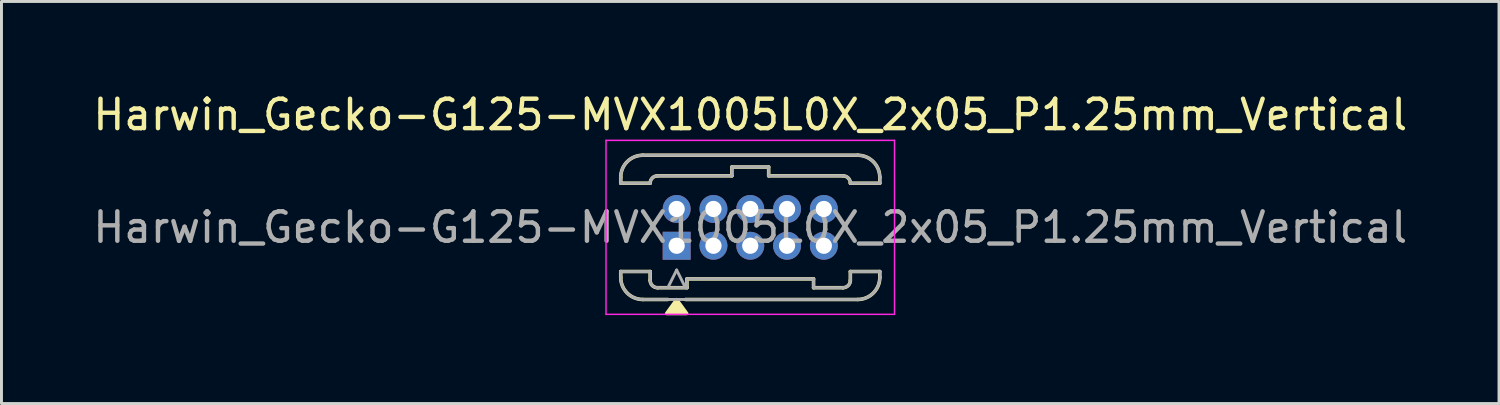
<source format=kicad_pcb>
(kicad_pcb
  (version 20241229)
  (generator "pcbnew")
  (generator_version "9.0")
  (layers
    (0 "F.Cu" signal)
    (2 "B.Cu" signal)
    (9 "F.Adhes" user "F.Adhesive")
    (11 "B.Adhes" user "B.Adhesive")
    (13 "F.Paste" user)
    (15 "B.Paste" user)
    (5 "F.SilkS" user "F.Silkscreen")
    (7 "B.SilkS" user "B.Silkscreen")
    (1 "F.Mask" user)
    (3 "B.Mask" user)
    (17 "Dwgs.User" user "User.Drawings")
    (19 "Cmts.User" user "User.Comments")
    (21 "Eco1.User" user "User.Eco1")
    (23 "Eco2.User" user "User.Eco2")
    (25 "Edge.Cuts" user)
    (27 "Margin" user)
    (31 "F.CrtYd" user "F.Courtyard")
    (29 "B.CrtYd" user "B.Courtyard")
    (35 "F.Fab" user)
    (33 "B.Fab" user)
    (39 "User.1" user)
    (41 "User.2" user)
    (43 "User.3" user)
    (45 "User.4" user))
  (footprint "Harwin_Gecko-G125-MVX1005L0X_2x05_P1.25mm_Vertical"
    (layer "F.Cu")
    (at 19.935 5.298)
    (property "Reference" "Harwin_Gecko-G125-MVX1005L0X_2x05_P1.25mm_Vertical" (at 2.5 -4.45 0) (layer "F.SilkS") (effects (font (size 1 1) (thickness 0.15))))
    (attr through_hole)
    (fp_line (start -1.9 -2.325) (end -1.9 -2.125) (stroke (width 0.12) (type solid)) (layer "F.SilkS"))
    (fp_line (start -1.9 -2.125) (end -0.9 -2.125) (stroke (width 0.12) (type solid)) (layer "F.SilkS"))
    (fp_line (start -1.9 0.875) (end -0.9 0.875) (stroke (width 0.12) (type solid)) (layer "F.SilkS"))
    (fp_line (start -1.9 1.075) (end -1.9 0.875) (stroke (width 0.12) (type solid)) (layer "F.SilkS"))
    (fp_line (start -1.15 -3.075) (end 6.15 -3.075) (stroke (width 0.12) (type solid)) (layer "F.SilkS"))
    (fp_line (start -1.15 1.825) (end -0.3 1.825) (stroke (width 0.12) (type solid)) (layer "F.SilkS"))
    (fp_line (start -0.9 1.175) (end -0.9 0.875) (stroke (width 0.12) (type solid)) (layer "F.SilkS"))
    (fp_line (start -0.65 -2.375) (end 1.875 -2.375) (stroke (width 0.12) (type solid)) (layer "F.SilkS"))
    (fp_line (start -0.65 1.425) (end 0.35 1.425) (stroke (width 0.12) (type solid)) (layer "F.SilkS"))
    (fp_line (start 0.3 1.825) (end 6.15 1.825) (stroke (width 0.12) (type solid)) (layer "F.SilkS"))
    (fp_line (start 0.35 1.125) (end 4.65 1.125) (stroke (width 0.12) (type solid)) (layer "F.SilkS"))
    (fp_line (start 0.35 1.425) (end 0.35 1.125) (stroke (width 0.12) (type solid)) (layer "F.SilkS"))
    (fp_line (start 1.875 -2.675) (end 3.125 -2.675) (stroke (width 0.12) (type solid)) (layer "F.SilkS"))
    (fp_line (start 1.875 -2.375) (end 1.875 -2.675) (stroke (width 0.12) (type solid)) (layer "F.SilkS"))
    (fp_line (start 3.125 -2.675) (end 3.125 -2.375) (stroke (width 0.12) (type solid)) (layer "F.SilkS"))
    (fp_line (start 3.125 -2.375) (end 5.65 -2.375) (stroke (width 0.12) (type solid)) (layer "F.SilkS"))
    (fp_line (start 4.65 1.125) (end 4.65 1.425) (stroke (width 0.12) (type solid)) (layer "F.SilkS"))
    (fp_line (start 4.65 1.425) (end 5.65 1.425) (stroke (width 0.12) (type solid)) (layer "F.SilkS"))
    (fp_line (start 5.9 1.175) (end 5.9 0.875) (stroke (width 0.12) (type solid)) (layer "F.SilkS"))
    (fp_line (start 6.9 -2.325) (end 6.9 -2.125) (stroke (width 0.12) (type solid)) (layer "F.SilkS"))
    (fp_line (start 6.9 -2.125) (end 5.9 -2.125) (stroke (width 0.12) (type solid)) (layer "F.SilkS"))
    (fp_line (start 6.9 0.875) (end 5.9 0.875) (stroke (width 0.12) (type solid)) (layer "F.SilkS"))
    (fp_line (start 6.9 1.075) (end 6.9 0.875) (stroke (width 0.12) (type solid)) (layer "F.SilkS"))
    (fp_arc (start -1.9 -2.325) (mid -1.68033 -2.85533) (end -1.15 -3.075) (stroke (width 0.12) (type solid)) (layer "F.SilkS"))
    (fp_arc (start -1.15 1.825) (mid -1.68033 1.60533) (end -1.9 1.075) (stroke (width 0.12) (type solid)) (layer "F.SilkS"))
    (fp_arc (start -0.9 -2.125) (mid -0.826777 -2.301777) (end -0.65 -2.375) (stroke (width 0.12) (type solid)) (layer "F.SilkS"))
    (fp_arc (start -0.65 1.425) (mid -0.826777 1.351777) (end -0.9 1.175) (stroke (width 0.12) (type solid)) (layer "F.SilkS"))
    (fp_arc (start 5.65 -2.375) (mid 5.826777 -2.301777) (end 5.9 -2.125) (stroke (width 0.12) (type solid)) (layer "F.SilkS"))
    (fp_arc (start 5.9 1.175) (mid 5.826777 1.351777) (end 5.65 1.425) (stroke (width 0.12) (type solid)) (layer "F.SilkS"))
    (fp_arc (start 6.15 -3.075) (mid 6.68033 -2.85533) (end 6.9 -2.325) (stroke (width 0.12) (type solid)) (layer "F.SilkS"))
    (fp_arc (start 6.9 1.075) (mid 6.68033 1.60533) (end 6.15 1.825) (stroke (width 0.12) (type solid)) (layer "F.SilkS"))
    (fp_poly (pts (xy 0 1.83) (xy -0.34 2.3) (xy 0.34 2.3) (xy 0 1.83)) (stroke (width 0.12) (type solid)) (fill yes) (layer "F.SilkS"))
    (fp_line (start -2.4 -3.58) (end -2.4 2.33) (stroke (width 0.05) (type solid)) (layer "F.CrtYd"))
    (fp_line (start -2.4 2.33) (end 7.4 2.33) (stroke (width 0.05) (type solid)) (layer "F.CrtYd"))
    (fp_line (start 7.4 -3.58) (end -2.4 -3.58) (stroke (width 0.05) (type solid)) (layer "F.CrtYd"))
    (fp_line (start 7.4 -3.58) (end 7.4 2.33) (stroke (width 0.05) (type solid)) (layer "F.CrtYd"))
    (fp_line (start -1.9 -2.325) (end -1.9 -2.125) (stroke (width 0.1) (type solid)) (layer "F.Fab"))
    (fp_line (start -1.9 -2.125) (end -0.9 -2.125) (stroke (width 0.1) (type solid)) (layer "F.Fab"))
    (fp_line (start -1.9 0.875) (end -0.9 0.875) (stroke (width 0.1) (type solid)) (layer "F.Fab"))
    (fp_line (start -1.9 1.075) (end -1.9 0.875) (stroke (width 0.1) (type solid)) (layer "F.Fab"))
    (fp_line (start -1.15 -3.075) (end 6.15 -3.075) (stroke (width 0.1) (type solid)) (layer "F.Fab"))
    (fp_line (start -1.15 1.825) (end 6.15 1.825) (stroke (width 0.1) (type solid)) (layer "F.Fab"))
    (fp_line (start -0.9 1.175) (end -0.9 0.875) (stroke (width 0.1) (type solid)) (layer "F.Fab"))
    (fp_line (start -0.65 -2.375) (end 1.875 -2.375) (stroke (width 0.1) (type solid)) (layer "F.Fab"))
    (fp_line (start -0.65 1.425) (end 0.35 1.425) (stroke (width 0.1) (type solid)) (layer "F.Fab"))
    (fp_line (start 0 0.825) (end -0.3 1.425) (stroke (width 0.1) (type solid)) (layer "F.Fab"))
    (fp_line (start 0.3 1.425) (end 0 0.825) (stroke (width 0.1) (type solid)) (layer "F.Fab"))
    (fp_line (start 0.35 1.125) (end 4.65 1.125) (stroke (width 0.1) (type solid)) (layer "F.Fab"))
    (fp_line (start 0.35 1.425) (end 0.35 1.125) (stroke (width 0.1) (type solid)) (layer "F.Fab"))
    (fp_line (start 1.875 -2.675) (end 3.125 -2.675) (stroke (width 0.1) (type solid)) (layer "F.Fab"))
    (fp_line (start 1.875 -2.375) (end 1.875 -2.675) (stroke (width 0.1) (type solid)) (layer "F.Fab"))
    (fp_line (start 3.125 -2.675) (end 3.125 -2.375) (stroke (width 0.1) (type solid)) (layer "F.Fab"))
    (fp_line (start 3.125 -2.375) (end 5.65 -2.375) (stroke (width 0.1) (type solid)) (layer "F.Fab"))
    (fp_line (start 4.65 1.125) (end 4.65 1.425) (stroke (width 0.1) (type solid)) (layer "F.Fab"))
    (fp_line (start 4.65 1.425) (end 5.65 1.425) (stroke (width 0.1) (type solid)) (layer "F.Fab"))
    (fp_line (start 5.9 1.175) (end 5.9 0.875) (stroke (width 0.1) (type solid)) (layer "F.Fab"))
    (fp_line (start 6.9 -2.325) (end 6.9 -2.125) (stroke (width 0.1) (type solid)) (layer "F.Fab"))
    (fp_line (start 6.9 -2.125) (end 5.9 -2.125) (stroke (width 0.1) (type solid)) (layer "F.Fab"))
    (fp_line (start 6.9 0.875) (end 5.9 0.875) (stroke (width 0.1) (type solid)) (layer "F.Fab"))
    (fp_line (start 6.9 1.075) (end 6.9 0.875) (stroke (width 0.1) (type solid)) (layer "F.Fab"))
    (fp_arc (start -1.9 -2.325) (mid -1.68033 -2.85533) (end -1.15 -3.075) (stroke (width 0.1) (type solid)) (layer "F.Fab"))
    (fp_arc (start -1.15 1.825) (mid -1.68033 1.60533) (end -1.9 1.075) (stroke (width 0.1) (type solid)) (layer "F.Fab"))
    (fp_arc (start -0.9 -2.125) (mid -0.826777 -2.301777) (end -0.65 -2.375) (stroke (width 0.1) (type solid)) (layer "F.Fab"))
    (fp_arc (start -0.65 1.425) (mid -0.826777 1.351777) (end -0.9 1.175) (stroke (width 0.1) (type solid)) (layer "F.Fab"))
    (fp_arc (start 5.65 -2.375) (mid 5.826777 -2.301777) (end 5.9 -2.125) (stroke (width 0.1) (type solid)) (layer "F.Fab"))
    (fp_arc (start 5.9 1.175) (mid 5.826777 1.351777) (end 5.65 1.425) (stroke (width 0.1) (type solid)) (layer "F.Fab"))
    (fp_arc (start 6.15 -3.075) (mid 6.68033 -2.85533) (end 6.9 -2.325) (stroke (width 0.1) (type solid)) (layer "F.Fab"))
    (fp_arc (start 6.9 1.075) (mid 6.68033 1.60533) (end 6.15 1.825) (stroke (width 0.1) (type solid)) (layer "F.Fab"))
    (fp_text user "${REFERENCE}" (at 2.5 -0.625 0) (layer "F.Fab") (effects (font (size 1 1) (thickness 0.15))))
    (pad "1" thru_hole rect (at 0 0) (size 0.95 0.95) (drill 0.55) (layers "*.Cu" "*.Mask"))
    (pad "2" thru_hole circle (at 1.25 0) (size 0.95 0.95) (drill 0.55) (layers "*.Cu" "*.Mask"))
    (pad "3" thru_hole circle (at 2.5 0) (size 0.95 0.95) (drill 0.55) (layers "*.Cu" "*.Mask"))
    (pad "4" thru_hole circle (at 3.75 0) (size 0.95 0.95) (drill 0.55) (layers "*.Cu" "*.Mask"))
    (pad "5" thru_hole circle (at 5 0) (size 0.95 0.95) (drill 0.55) (layers "*.Cu" "*.Mask"))
    (pad "6" thru_hole circle (at 0 -1.25) (size 0.95 0.95) (drill 0.55) (layers "*.Cu" "*.Mask"))
    (pad "7" thru_hole circle (at 2.5 -1.25) (size 0.95 0.95) (drill 0.55) (layers "*.Cu" "*.Mask"))
    (pad "8" thru_hole circle (at 1.25 -1.25) (size 0.95 0.95) (drill 0.55) (layers "*.Cu" "*.Mask"))
    (pad "9" thru_hole circle (at 3.75 -1.25) (size 0.95 0.95) (drill 0.55) (layers "*.Cu" "*.Mask"))
    (pad "10" thru_hole circle (at 5 -1.25) (size 0.95 0.95) (drill 0.55) (layers "*.Cu" "*.Mask")))
  (gr_rect
    (start -3 -3)
    (end 47.869 10.658)
    (stroke (width 0.1) (type default))
    (fill no)
    (layer "Edge.Cuts")))
</source>
